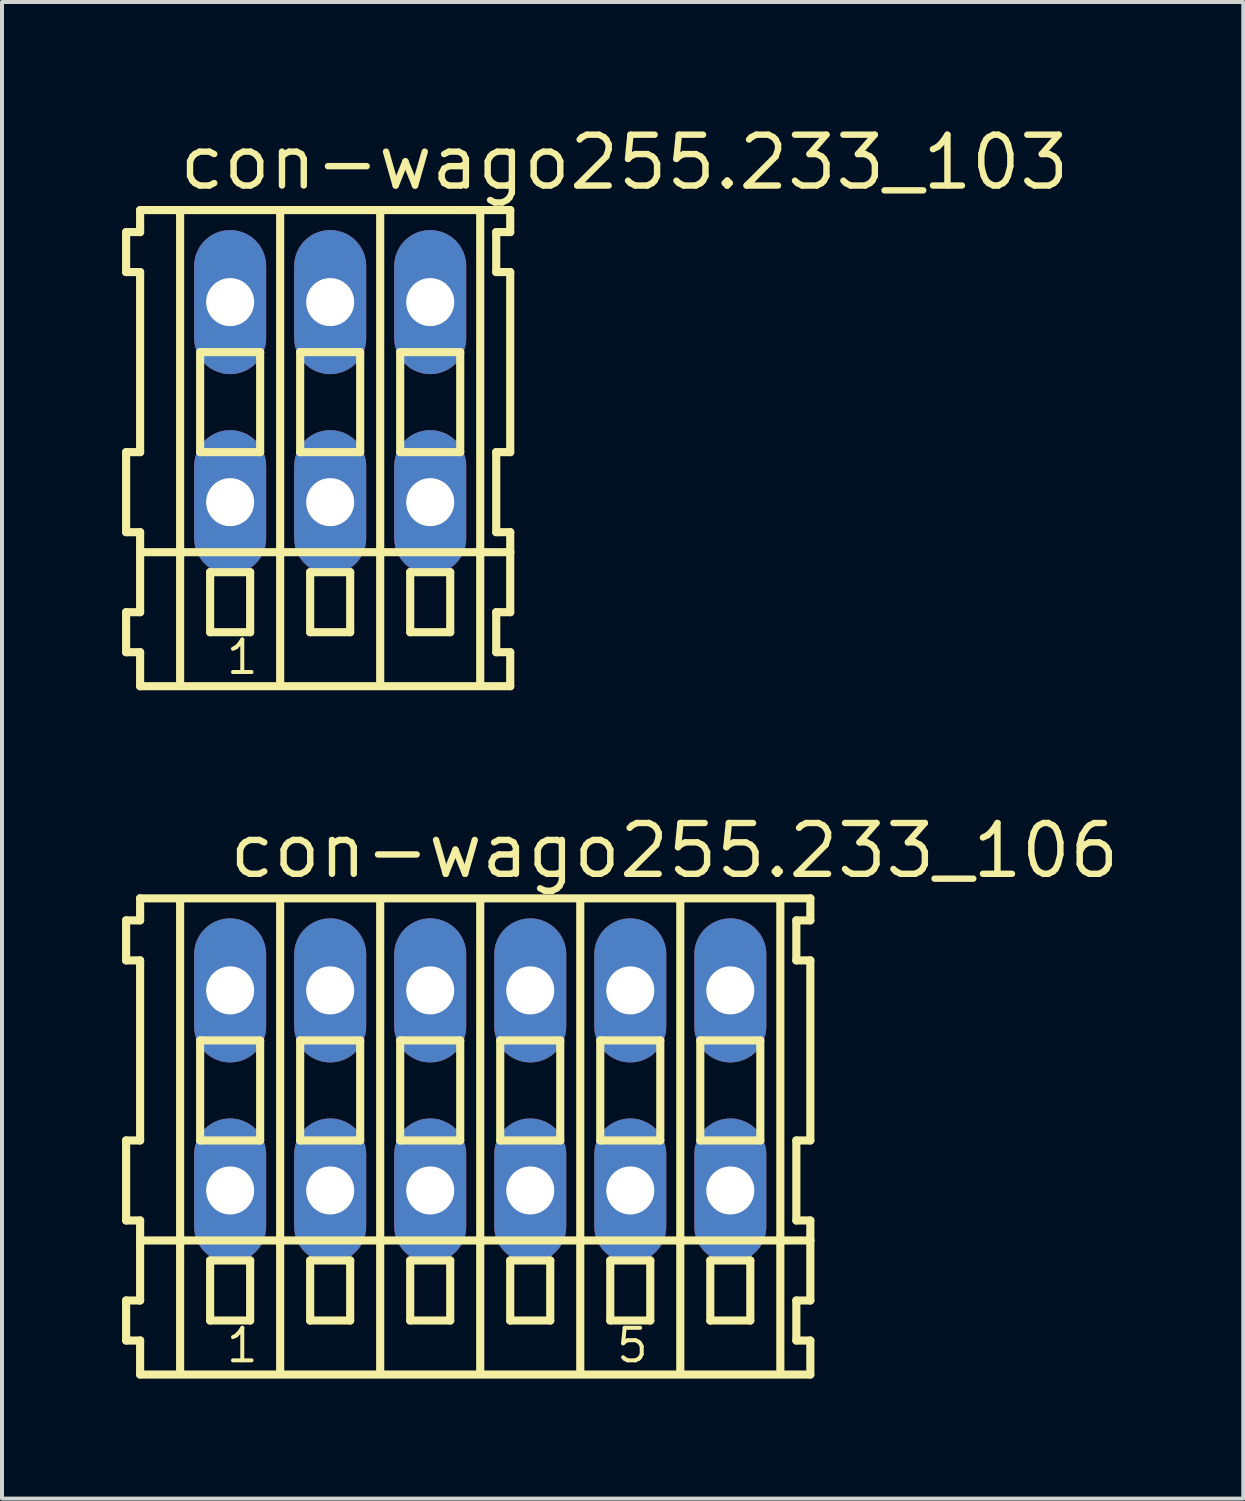
<source format=kicad_pcb>
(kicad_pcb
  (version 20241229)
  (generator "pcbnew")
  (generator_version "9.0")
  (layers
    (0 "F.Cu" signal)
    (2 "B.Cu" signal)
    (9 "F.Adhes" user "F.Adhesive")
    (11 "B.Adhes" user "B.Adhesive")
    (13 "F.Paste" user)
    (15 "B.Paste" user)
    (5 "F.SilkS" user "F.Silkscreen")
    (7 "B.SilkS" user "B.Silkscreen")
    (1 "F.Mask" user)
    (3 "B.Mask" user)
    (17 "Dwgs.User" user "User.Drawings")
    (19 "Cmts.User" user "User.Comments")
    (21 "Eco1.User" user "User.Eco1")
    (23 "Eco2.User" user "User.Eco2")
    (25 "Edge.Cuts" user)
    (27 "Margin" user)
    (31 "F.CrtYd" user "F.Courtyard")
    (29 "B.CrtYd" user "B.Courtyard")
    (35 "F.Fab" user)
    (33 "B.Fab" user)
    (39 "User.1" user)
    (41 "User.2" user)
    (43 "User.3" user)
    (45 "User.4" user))
  (footprint "con-wago255.233_103"
    (layer "F.Cu")
    (at 5.202 7)
    (property "Reference" "con-wago255.233_103" (at -3.85 -5.25 0) (layer "F.SilkS") (effects (font (size 1.27 1.27) (thickness 0.16)) (justify left bottom)))
    (attr through_hole)
    (fp_line (start -5.1 -4.25) (end -5.1 -3.25) (stroke (width 0.203) (type default)) (layer "F.SilkS"))
    (fp_line (start -5.1 -3.25) (end -4.75 -3.25) (stroke (width 0.203) (type default)) (layer "F.SilkS"))
    (fp_line (start -5.1 1.25) (end -5.1 3.25) (stroke (width 0.203) (type default)) (layer "F.SilkS"))
    (fp_line (start -5.1 3.25) (end -4.75 3.25) (stroke (width 0.203) (type default)) (layer "F.SilkS"))
    (fp_line (start -5.1 5.25) (end -5.1 6.25) (stroke (width 0.203) (type default)) (layer "F.SilkS"))
    (fp_line (start -5.1 6.25) (end -4.75 6.25) (stroke (width 0.203) (type default)) (layer "F.SilkS"))
    (fp_line (start -4.75 -4.8) (end -4.75 -4.25) (stroke (width 0.203) (type default)) (layer "F.SilkS"))
    (fp_line (start -4.75 -4.25) (end -5.1 -4.25) (stroke (width 0.203) (type default)) (layer "F.SilkS"))
    (fp_line (start -4.75 -3.25) (end -4.75 1.25) (stroke (width 0.203) (type default)) (layer "F.SilkS"))
    (fp_line (start -4.75 1.25) (end -5.1 1.25) (stroke (width 0.203) (type default)) (layer "F.SilkS"))
    (fp_line (start -4.75 3.25) (end -4.75 5.25) (stroke (width 0.203) (type default)) (layer "F.SilkS"))
    (fp_line (start -4.75 3.75) (end 4.5 3.75) (stroke (width 0.203) (type default)) (layer "F.SilkS"))
    (fp_line (start -4.75 5.25) (end -5.1 5.25) (stroke (width 0.203) (type default)) (layer "F.SilkS"))
    (fp_line (start -4.75 6.25) (end -4.75 7.1) (stroke (width 0.203) (type default)) (layer "F.SilkS"))
    (fp_line (start -4.75 7.1) (end 4.5 7.1) (stroke (width 0.203) (type default)) (layer "F.SilkS"))
    (fp_line (start -3.75 -4.75) (end -3.75 7) (stroke (width 0.203) (type default)) (layer "F.SilkS"))
    (fp_line (start -3.25 -1.25) (end -3.25 1.25) (stroke (width 0.203) (type default)) (layer "F.SilkS"))
    (fp_line (start -3.25 1.25) (end -1.75 1.25) (stroke (width 0.203) (type default)) (layer "F.SilkS"))
    (fp_line (start -3 4.25) (end -3 5.75) (stroke (width 0.203) (type default)) (layer "F.SilkS"))
    (fp_line (start -3 5.75) (end -2 5.75) (stroke (width 0.203) (type default)) (layer "F.SilkS"))
    (fp_line (start -2 4.25) (end -3 4.25) (stroke (width 0.203) (type default)) (layer "F.SilkS"))
    (fp_line (start -2 5.75) (end -2 4.25) (stroke (width 0.203) (type default)) (layer "F.SilkS"))
    (fp_line (start -1.75 -1.25) (end -3.25 -1.25) (stroke (width 0.203) (type default)) (layer "F.SilkS"))
    (fp_line (start -1.75 1.25) (end -1.75 -1.25) (stroke (width 0.203) (type default)) (layer "F.SilkS"))
    (fp_line (start -1.25 -4.75) (end -1.25 7) (stroke (width 0.203) (type default)) (layer "F.SilkS"))
    (fp_line (start -0.75 -1.25) (end -0.75 1.25) (stroke (width 0.203) (type default)) (layer "F.SilkS"))
    (fp_line (start -0.75 1.25) (end 0.75 1.25) (stroke (width 0.203) (type default)) (layer "F.SilkS"))
    (fp_line (start -0.5 4.25) (end -0.5 5.75) (stroke (width 0.203) (type default)) (layer "F.SilkS"))
    (fp_line (start -0.5 5.75) (end 0.5 5.75) (stroke (width 0.203) (type default)) (layer "F.SilkS"))
    (fp_line (start 0.5 4.25) (end -0.5 4.25) (stroke (width 0.203) (type default)) (layer "F.SilkS"))
    (fp_line (start 0.5 5.75) (end 0.5 4.25) (stroke (width 0.203) (type default)) (layer "F.SilkS"))
    (fp_line (start 0.75 -1.25) (end -0.75 -1.25) (stroke (width 0.203) (type default)) (layer "F.SilkS"))
    (fp_line (start 0.75 1.25) (end 0.75 -1.25) (stroke (width 0.203) (type default)) (layer "F.SilkS"))
    (fp_line (start 1.25 -4.75) (end 1.25 7) (stroke (width 0.203) (type default)) (layer "F.SilkS"))
    (fp_line (start 1.75 -1.25) (end 1.75 1.25) (stroke (width 0.203) (type default)) (layer "F.SilkS"))
    (fp_line (start 1.75 1.25) (end 3.25 1.25) (stroke (width 0.203) (type default)) (layer "F.SilkS"))
    (fp_line (start 2 4.25) (end 2 5.75) (stroke (width 0.203) (type default)) (layer "F.SilkS"))
    (fp_line (start 2 5.75) (end 3 5.75) (stroke (width 0.203) (type default)) (layer "F.SilkS"))
    (fp_line (start 3 4.25) (end 2 4.25) (stroke (width 0.203) (type default)) (layer "F.SilkS"))
    (fp_line (start 3 5.75) (end 3 4.25) (stroke (width 0.203) (type default)) (layer "F.SilkS"))
    (fp_line (start 3.25 -1.25) (end 1.75 -1.25) (stroke (width 0.203) (type default)) (layer "F.SilkS"))
    (fp_line (start 3.25 1.25) (end 3.25 -1.25) (stroke (width 0.203) (type default)) (layer "F.SilkS"))
    (fp_line (start 3.75 -4.75) (end 3.75 7) (stroke (width 0.203) (type default)) (layer "F.SilkS"))
    (fp_line (start 4.15 -4.25) (end 4.15 -3.25) (stroke (width 0.203) (type default)) (layer "F.SilkS"))
    (fp_line (start 4.15 -3.25) (end 4.5 -3.25) (stroke (width 0.203) (type default)) (layer "F.SilkS"))
    (fp_line (start 4.15 1.25) (end 4.15 3.25) (stroke (width 0.203) (type default)) (layer "F.SilkS"))
    (fp_line (start 4.15 3.25) (end 4.5 3.25) (stroke (width 0.203) (type default)) (layer "F.SilkS"))
    (fp_line (start 4.15 5.25) (end 4.15 6.25) (stroke (width 0.203) (type default)) (layer "F.SilkS"))
    (fp_line (start 4.15 6.25) (end 4.5 6.25) (stroke (width 0.203) (type default)) (layer "F.SilkS"))
    (fp_line (start 4.5 -4.8) (end -4.75 -4.8) (stroke (width 0.203) (type default)) (layer "F.SilkS"))
    (fp_line (start 4.5 -4.25) (end 4.15 -4.25) (stroke (width 0.203) (type default)) (layer "F.SilkS"))
    (fp_line (start 4.5 -4.25) (end 4.5 -4.8) (stroke (width 0.203) (type default)) (layer "F.SilkS"))
    (fp_line (start 4.5 1.25) (end 4.15 1.25) (stroke (width 0.203) (type default)) (layer "F.SilkS"))
    (fp_line (start 4.5 1.25) (end 4.5 -3.25) (stroke (width 0.203) (type default)) (layer "F.SilkS"))
    (fp_line (start 4.5 3.75) (end 4.5 3.25) (stroke (width 0.203) (type default)) (layer "F.SilkS"))
    (fp_line (start 4.5 5.25) (end 4.15 5.25) (stroke (width 0.203) (type default)) (layer "F.SilkS"))
    (fp_line (start 4.5 5.25) (end 4.5 3.75) (stroke (width 0.203) (type default)) (layer "F.SilkS"))
    (fp_line (start 4.5 7.1) (end 4.5 6.25) (stroke (width 0.203) (type default)) (layer "F.SilkS"))
    (fp_text user "1" (at -2.65 6.85 0) (layer "F.SilkS") (effects (font (size 0.813 0.813) (thickness 0.1)) (justify left bottom)))
    (pad "A1" thru_hole oval (at -2.5 -2.5 90) (size 3.6 1.8) (drill 1.2) (layers "*.Cu" "*.Mask"))
    (pad "A2" thru_hole oval (at 0 -2.5 90) (size 3.6 1.8) (drill 1.2) (layers "*.Cu" "*.Mask"))
    (pad "A3" thru_hole oval (at 2.5 -2.5 90) (size 3.6 1.8) (drill 1.2) (layers "*.Cu" "*.Mask"))
    (pad "B1" thru_hole oval (at -2.5 2.5 90) (size 3.6 1.8) (drill 1.2) (layers "*.Cu" "*.Mask"))
    (pad "B2" thru_hole oval (at 0 2.5 90) (size 3.6 1.8) (drill 1.2) (layers "*.Cu" "*.Mask"))
    (pad "B3" thru_hole oval (at 2.5 2.5 90) (size 3.6 1.8) (drill 1.2) (layers "*.Cu" "*.Mask")))
  (footprint "con-wago255.233_106"
    (layer "F.Cu")
    (at 8.952 24.202)
    (property "Reference" "con-wago255.233_106" (at -6.35 -5.25 0) (layer "F.SilkS") (effects (font (size 1.27 1.27) (thickness 0.16)) (justify left bottom)))
    (attr through_hole)
    (fp_line (start -8.85 -4.25) (end -8.85 -3.25) (stroke (width 0.203) (type default)) (layer "F.SilkS"))
    (fp_line (start -8.85 -3.25) (end -8.5 -3.25) (stroke (width 0.203) (type default)) (layer "F.SilkS"))
    (fp_line (start -8.85 1.25) (end -8.85 3.25) (stroke (width 0.203) (type default)) (layer "F.SilkS"))
    (fp_line (start -8.85 3.25) (end -8.5 3.25) (stroke (width 0.203) (type default)) (layer "F.SilkS"))
    (fp_line (start -8.85 5.25) (end -8.85 6.25) (stroke (width 0.203) (type default)) (layer "F.SilkS"))
    (fp_line (start -8.85 6.25) (end -8.5 6.25) (stroke (width 0.203) (type default)) (layer "F.SilkS"))
    (fp_line (start -8.5 -4.8) (end -8.5 -4.25) (stroke (width 0.203) (type default)) (layer "F.SilkS"))
    (fp_line (start -8.5 -4.25) (end -8.85 -4.25) (stroke (width 0.203) (type default)) (layer "F.SilkS"))
    (fp_line (start -8.5 -3.25) (end -8.5 1.25) (stroke (width 0.203) (type default)) (layer "F.SilkS"))
    (fp_line (start -8.5 1.25) (end -8.85 1.25) (stroke (width 0.203) (type default)) (layer "F.SilkS"))
    (fp_line (start -8.5 3.25) (end -8.5 5.25) (stroke (width 0.203) (type default)) (layer "F.SilkS"))
    (fp_line (start -8.5 3.75) (end 8.25 3.75) (stroke (width 0.203) (type default)) (layer "F.SilkS"))
    (fp_line (start -8.5 5.25) (end -8.85 5.25) (stroke (width 0.203) (type default)) (layer "F.SilkS"))
    (fp_line (start -8.5 6.25) (end -8.5 7.1) (stroke (width 0.203) (type default)) (layer "F.SilkS"))
    (fp_line (start -8.5 7.1) (end 8.25 7.1) (stroke (width 0.203) (type default)) (layer "F.SilkS"))
    (fp_line (start -7.5 -4.75) (end -7.5 7) (stroke (width 0.203) (type default)) (layer "F.SilkS"))
    (fp_line (start -7 -1.25) (end -7 1.25) (stroke (width 0.203) (type default)) (layer "F.SilkS"))
    (fp_line (start -7 1.25) (end -5.5 1.25) (stroke (width 0.203) (type default)) (layer "F.SilkS"))
    (fp_line (start -6.75 4.25) (end -6.75 5.75) (stroke (width 0.203) (type default)) (layer "F.SilkS"))
    (fp_line (start -6.75 5.75) (end -5.75 5.75) (stroke (width 0.203) (type default)) (layer "F.SilkS"))
    (fp_line (start -5.75 4.25) (end -6.75 4.25) (stroke (width 0.203) (type default)) (layer "F.SilkS"))
    (fp_line (start -5.75 5.75) (end -5.75 4.25) (stroke (width 0.203) (type default)) (layer "F.SilkS"))
    (fp_line (start -5.5 -1.25) (end -7 -1.25) (stroke (width 0.203) (type default)) (layer "F.SilkS"))
    (fp_line (start -5.5 1.25) (end -5.5 -1.25) (stroke (width 0.203) (type default)) (layer "F.SilkS"))
    (fp_line (start -5 -4.75) (end -5 7) (stroke (width 0.203) (type default)) (layer "F.SilkS"))
    (fp_line (start -4.5 -1.25) (end -4.5 1.25) (stroke (width 0.203) (type default)) (layer "F.SilkS"))
    (fp_line (start -4.5 1.25) (end -3 1.25) (stroke (width 0.203) (type default)) (layer "F.SilkS"))
    (fp_line (start -4.25 4.25) (end -4.25 5.75) (stroke (width 0.203) (type default)) (layer "F.SilkS"))
    (fp_line (start -4.25 5.75) (end -3.25 5.75) (stroke (width 0.203) (type default)) (layer "F.SilkS"))
    (fp_line (start -3.25 4.25) (end -4.25 4.25) (stroke (width 0.203) (type default)) (layer "F.SilkS"))
    (fp_line (start -3.25 5.75) (end -3.25 4.25) (stroke (width 0.203) (type default)) (layer "F.SilkS"))
    (fp_line (start -3 -1.25) (end -4.5 -1.25) (stroke (width 0.203) (type default)) (layer "F.SilkS"))
    (fp_line (start -3 1.25) (end -3 -1.25) (stroke (width 0.203) (type default)) (layer "F.SilkS"))
    (fp_line (start -2.5 -4.75) (end -2.5 7) (stroke (width 0.203) (type default)) (layer "F.SilkS"))
    (fp_line (start -2 -1.25) (end -2 1.25) (stroke (width 0.203) (type default)) (layer "F.SilkS"))
    (fp_line (start -2 1.25) (end -0.5 1.25) (stroke (width 0.203) (type default)) (layer "F.SilkS"))
    (fp_line (start -1.75 4.25) (end -1.75 5.75) (stroke (width 0.203) (type default)) (layer "F.SilkS"))
    (fp_line (start -1.75 5.75) (end -0.75 5.75) (stroke (width 0.203) (type default)) (layer "F.SilkS"))
    (fp_line (start -0.75 4.25) (end -1.75 4.25) (stroke (width 0.203) (type default)) (layer "F.SilkS"))
    (fp_line (start -0.75 5.75) (end -0.75 4.25) (stroke (width 0.203) (type default)) (layer "F.SilkS"))
    (fp_line (start -0.5 -1.25) (end -2 -1.25) (stroke (width 0.203) (type default)) (layer "F.SilkS"))
    (fp_line (start -0.5 1.25) (end -0.5 -1.25) (stroke (width 0.203) (type default)) (layer "F.SilkS"))
    (fp_line (start 0 -4.75) (end 0 7) (stroke (width 0.203) (type default)) (layer "F.SilkS"))
    (fp_line (start 0.5 -1.25) (end 0.5 1.25) (stroke (width 0.203) (type default)) (layer "F.SilkS"))
    (fp_line (start 0.5 1.25) (end 2 1.25) (stroke (width 0.203) (type default)) (layer "F.SilkS"))
    (fp_line (start 0.75 4.25) (end 0.75 5.75) (stroke (width 0.203) (type default)) (layer "F.SilkS"))
    (fp_line (start 0.75 5.75) (end 1.75 5.75) (stroke (width 0.203) (type default)) (layer "F.SilkS"))
    (fp_line (start 1.75 4.25) (end 0.75 4.25) (stroke (width 0.203) (type default)) (layer "F.SilkS"))
    (fp_line (start 1.75 5.75) (end 1.75 4.25) (stroke (width 0.203) (type default)) (layer "F.SilkS"))
    (fp_line (start 2 -1.25) (end 0.5 -1.25) (stroke (width 0.203) (type default)) (layer "F.SilkS"))
    (fp_line (start 2 1.25) (end 2 -1.25) (stroke (width 0.203) (type default)) (layer "F.SilkS"))
    (fp_line (start 2.5 -4.75) (end 2.5 7) (stroke (width 0.203) (type default)) (layer "F.SilkS"))
    (fp_line (start 3 -1.25) (end 3 1.25) (stroke (width 0.203) (type default)) (layer "F.SilkS"))
    (fp_line (start 3 1.25) (end 4.5 1.25) (stroke (width 0.203) (type default)) (layer "F.SilkS"))
    (fp_line (start 3.25 4.25) (end 3.25 5.75) (stroke (width 0.203) (type default)) (layer "F.SilkS"))
    (fp_line (start 3.25 5.75) (end 4.25 5.75) (stroke (width 0.203) (type default)) (layer "F.SilkS"))
    (fp_line (start 4.25 4.25) (end 3.25 4.25) (stroke (width 0.203) (type default)) (layer "F.SilkS"))
    (fp_line (start 4.25 5.75) (end 4.25 4.25) (stroke (width 0.203) (type default)) (layer "F.SilkS"))
    (fp_line (start 4.5 -1.25) (end 3 -1.25) (stroke (width 0.203) (type default)) (layer "F.SilkS"))
    (fp_line (start 4.5 1.25) (end 4.5 -1.25) (stroke (width 0.203) (type default)) (layer "F.SilkS"))
    (fp_line (start 5 -4.75) (end 5 7) (stroke (width 0.203) (type default)) (layer "F.SilkS"))
    (fp_line (start 5.5 -1.25) (end 5.5 1.25) (stroke (width 0.203) (type default)) (layer "F.SilkS"))
    (fp_line (start 5.5 1.25) (end 7 1.25) (stroke (width 0.203) (type default)) (layer "F.SilkS"))
    (fp_line (start 5.75 4.25) (end 5.75 5.75) (stroke (width 0.203) (type default)) (layer "F.SilkS"))
    (fp_line (start 5.75 5.75) (end 6.75 5.75) (stroke (width 0.203) (type default)) (layer "F.SilkS"))
    (fp_line (start 6.75 4.25) (end 5.75 4.25) (stroke (width 0.203) (type default)) (layer "F.SilkS"))
    (fp_line (start 6.75 5.75) (end 6.75 4.25) (stroke (width 0.203) (type default)) (layer "F.SilkS"))
    (fp_line (start 7 -1.25) (end 5.5 -1.25) (stroke (width 0.203) (type default)) (layer "F.SilkS"))
    (fp_line (start 7 1.25) (end 7 -1.25) (stroke (width 0.203) (type default)) (layer "F.SilkS"))
    (fp_line (start 7.5 -4.75) (end 7.5 7) (stroke (width 0.203) (type default)) (layer "F.SilkS"))
    (fp_line (start 7.9 -4.25) (end 7.9 -3.25) (stroke (width 0.203) (type default)) (layer "F.SilkS"))
    (fp_line (start 7.9 -3.25) (end 8.25 -3.25) (stroke (width 0.203) (type default)) (layer "F.SilkS"))
    (fp_line (start 7.9 1.25) (end 7.9 3.25) (stroke (width 0.203) (type default)) (layer "F.SilkS"))
    (fp_line (start 7.9 3.25) (end 8.25 3.25) (stroke (width 0.203) (type default)) (layer "F.SilkS"))
    (fp_line (start 7.9 5.25) (end 7.9 6.25) (stroke (width 0.203) (type default)) (layer "F.SilkS"))
    (fp_line (start 7.9 6.25) (end 8.25 6.25) (stroke (width 0.203) (type default)) (layer "F.SilkS"))
    (fp_line (start 8.25 -4.8) (end -8.5 -4.8) (stroke (width 0.203) (type default)) (layer "F.SilkS"))
    (fp_line (start 8.25 -4.25) (end 7.9 -4.25) (stroke (width 0.203) (type default)) (layer "F.SilkS"))
    (fp_line (start 8.25 -4.25) (end 8.25 -4.8) (stroke (width 0.203) (type default)) (layer "F.SilkS"))
    (fp_line (start 8.25 1.25) (end 7.9 1.25) (stroke (width 0.203) (type default)) (layer "F.SilkS"))
    (fp_line (start 8.25 1.25) (end 8.25 -3.25) (stroke (width 0.203) (type default)) (layer "F.SilkS"))
    (fp_line (start 8.25 3.75) (end 8.25 3.25) (stroke (width 0.203) (type default)) (layer "F.SilkS"))
    (fp_line (start 8.25 5.25) (end 7.9 5.25) (stroke (width 0.203) (type default)) (layer "F.SilkS"))
    (fp_line (start 8.25 5.25) (end 8.25 3.75) (stroke (width 0.203) (type default)) (layer "F.SilkS"))
    (fp_line (start 8.25 7.1) (end 8.25 6.25) (stroke (width 0.203) (type default)) (layer "F.SilkS"))
    (fp_text user "5" (at 3.35 6.85 0) (layer "F.SilkS") (effects (font (size 0.813 0.813) (thickness 0.1)) (justify left bottom)))
    (fp_text user "1" (at -6.4 6.85 0) (layer "F.SilkS") (effects (font (size 0.813 0.813) (thickness 0.1)) (justify left bottom)))
    (pad "A1" thru_hole oval (at -6.25 -2.5 90) (size 3.6 1.8) (drill 1.2) (layers "*.Cu" "*.Mask"))
    (pad "A2" thru_hole oval (at -3.75 -2.5 90) (size 3.6 1.8) (drill 1.2) (layers "*.Cu" "*.Mask"))
    (pad "A3" thru_hole oval (at -1.25 -2.5 90) (size 3.6 1.8) (drill 1.2) (layers "*.Cu" "*.Mask"))
    (pad "A4" thru_hole oval (at 1.25 -2.5 90) (size 3.6 1.8) (drill 1.2) (layers "*.Cu" "*.Mask"))
    (pad "A5" thru_hole oval (at 3.75 -2.5 90) (size 3.6 1.8) (drill 1.2) (layers "*.Cu" "*.Mask"))
    (pad "A6" thru_hole oval (at 6.25 -2.5 90) (size 3.6 1.8) (drill 1.2) (layers "*.Cu" "*.Mask"))
    (pad "B1" thru_hole oval (at -6.25 2.5 90) (size 3.6 1.8) (drill 1.2) (layers "*.Cu" "*.Mask"))
    (pad "B2" thru_hole oval (at -3.75 2.5 90) (size 3.6 1.8) (drill 1.2) (layers "*.Cu" "*.Mask"))
    (pad "B3" thru_hole oval (at -1.25 2.5 90) (size 3.6 1.8) (drill 1.2) (layers "*.Cu" "*.Mask"))
    (pad "B4" thru_hole oval (at 1.25 2.5 90) (size 3.6 1.8) (drill 1.2) (layers "*.Cu" "*.Mask"))
    (pad "B5" thru_hole oval (at 3.75 2.5 90) (size 3.6 1.8) (drill 1.2) (layers "*.Cu" "*.Mask"))
    (pad "B6" thru_hole oval (at 6.25 2.5 90) (size 3.6 1.8) (drill 1.2) (layers "*.Cu" "*.Mask")))
  (gr_rect
    (start -3 -3)
    (end 28.022 34.403)
    (stroke (width 0.1) (type default))
    (fill no)
    (layer "Edge.Cuts")))
</source>
